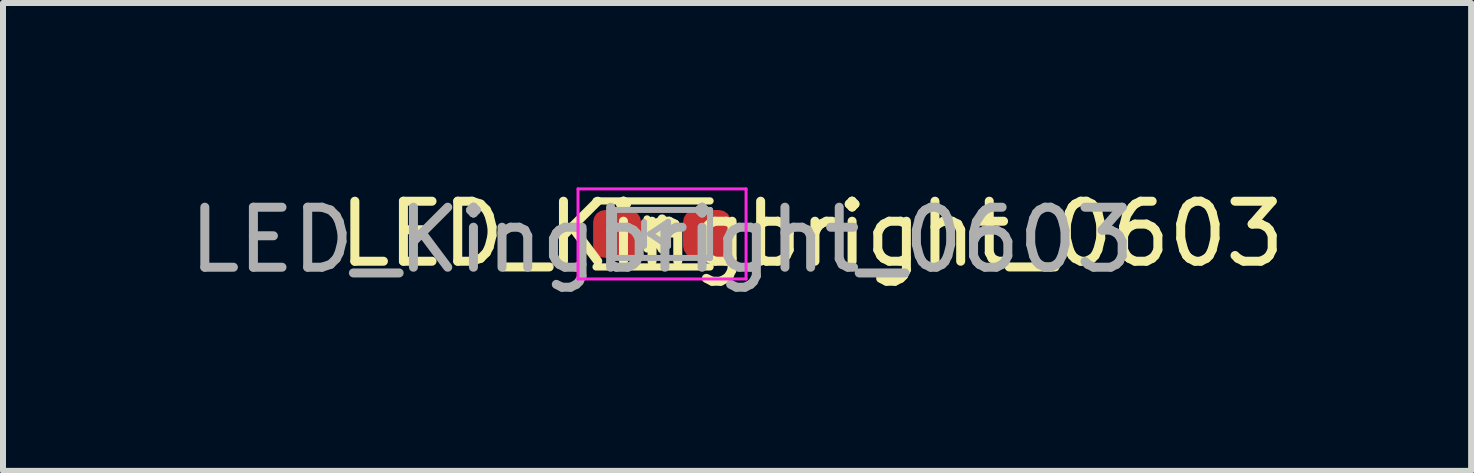
<source format=kicad_pcb>
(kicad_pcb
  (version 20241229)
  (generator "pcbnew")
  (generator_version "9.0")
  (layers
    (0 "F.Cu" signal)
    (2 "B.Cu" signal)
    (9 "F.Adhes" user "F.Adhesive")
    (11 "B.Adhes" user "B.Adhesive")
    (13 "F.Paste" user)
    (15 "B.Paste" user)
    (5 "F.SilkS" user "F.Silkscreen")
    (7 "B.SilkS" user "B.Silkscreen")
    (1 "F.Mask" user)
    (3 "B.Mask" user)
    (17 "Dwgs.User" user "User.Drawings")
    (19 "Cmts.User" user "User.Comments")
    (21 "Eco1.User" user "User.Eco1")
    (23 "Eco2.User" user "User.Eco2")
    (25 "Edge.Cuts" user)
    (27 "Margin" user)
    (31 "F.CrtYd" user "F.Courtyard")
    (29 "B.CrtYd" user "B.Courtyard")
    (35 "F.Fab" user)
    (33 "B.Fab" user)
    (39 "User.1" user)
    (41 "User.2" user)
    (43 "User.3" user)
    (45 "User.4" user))
  (footprint "LED_Kingbright_0603"
    (layer "F.Cu")
    (at 7.982 0.848)
    (property "Reference" "LED_Kingbright_0603" (at 2.5 0 0) (layer "F.SilkS") (effects (font (size 1 1) (thickness 0.15))))
    (attr smd)
    (fp_line (start -1.1 -0.55) (end 0.8 -0.55) (stroke (width 0.12) (type solid)) (layer "F.SilkS"))
    (fp_line (start -1.1 0.55) (end 0.8 0.55) (stroke (width 0.12) (type solid)) (layer "F.SilkS"))
    (fp_line (start -0.25 -0.25) (end -0.25 0.25) (stroke (width 0.12) (type solid)) (layer "F.SilkS"))
    (fp_line (start -0.25 0) (end 0 -0.25) (stroke (width 0.12) (type solid)) (layer "F.SilkS"))
    (fp_line (start -0.2 0) (end 0.25 0) (stroke (width 0.12) (type solid)) (layer "F.SilkS"))
    (fp_line (start 0 -0.25) (end 0 0.25) (stroke (width 0.15) (type solid)) (layer "F.SilkS"))
    (fp_line (start 0 0.25) (end -0.25 0) (stroke (width 0.12) (type solid)) (layer "F.SilkS"))
    (fp_line (start -1.4 -0.75) (end 1.4 -0.75) (stroke (width 0.05) (type solid)) (layer "F.CrtYd"))
    (fp_line (start -1.4 0.75) (end -1.4 -0.75) (stroke (width 0.05) (type solid)) (layer "F.CrtYd"))
    (fp_line (start 1.4 -0.75) (end 1.4 0.75) (stroke (width 0.05) (type solid)) (layer "F.CrtYd"))
    (fp_line (start 1.4 0.75) (end -1.4 0.75) (stroke (width 0.05) (type solid)) (layer "F.CrtYd"))
    (fp_line (start -0.8 -0.4) (end 0.8 -0.4) (stroke (width 0.1) (type solid)) (layer "F.Fab"))
    (fp_line (start -0.8 0.4) (end -0.8 -0.4) (stroke (width 0.1) (type solid)) (layer "F.Fab"))
    (fp_line (start -0.3 -0.2) (end -0.3 0.2) (stroke (width 0.1) (type solid)) (layer "F.Fab"))
    (fp_line (start -0.2 0) (end 0.1 -0.2) (stroke (width 0.1) (type solid)) (layer "F.Fab"))
    (fp_line (start 0.1 -0.2) (end 0.1 0.2) (stroke (width 0.1) (type solid)) (layer "F.Fab"))
    (fp_line (start 0.1 0.2) (end -0.2 0) (stroke (width 0.1) (type solid)) (layer "F.Fab"))
    (fp_line (start 0.8 -0.4) (end 0.8 0.4) (stroke (width 0.1) (type solid)) (layer "F.Fab"))
    (fp_line (start 0.8 0.4) (end -0.8 0.4) (stroke (width 0.1) (type solid)) (layer "F.Fab"))
    (fp_text user "${REFERENCE}" (at 0 0.1 0) (layer "F.Fab") (effects (font (size 1 1) (thickness 0.15))))
    (pad "1" smd roundrect (at 0.749 0 180) (size 0.798 0.798) (layers "F.Cu" "F.Mask" "F.Paste") (roundrect_rratio 0.25))
    (pad "2" smd roundrect (at -0.749 0 180) (size 0.798 0.798) (layers "F.Cu" "F.Mask" "F.Paste") (roundrect_rratio 0.25)))
  (gr_rect
    (start -3 -3)
    (end 21.464 4.796)
    (stroke (width 0.1) (type default))
    (fill no)
    (layer "Edge.Cuts")))
</source>
